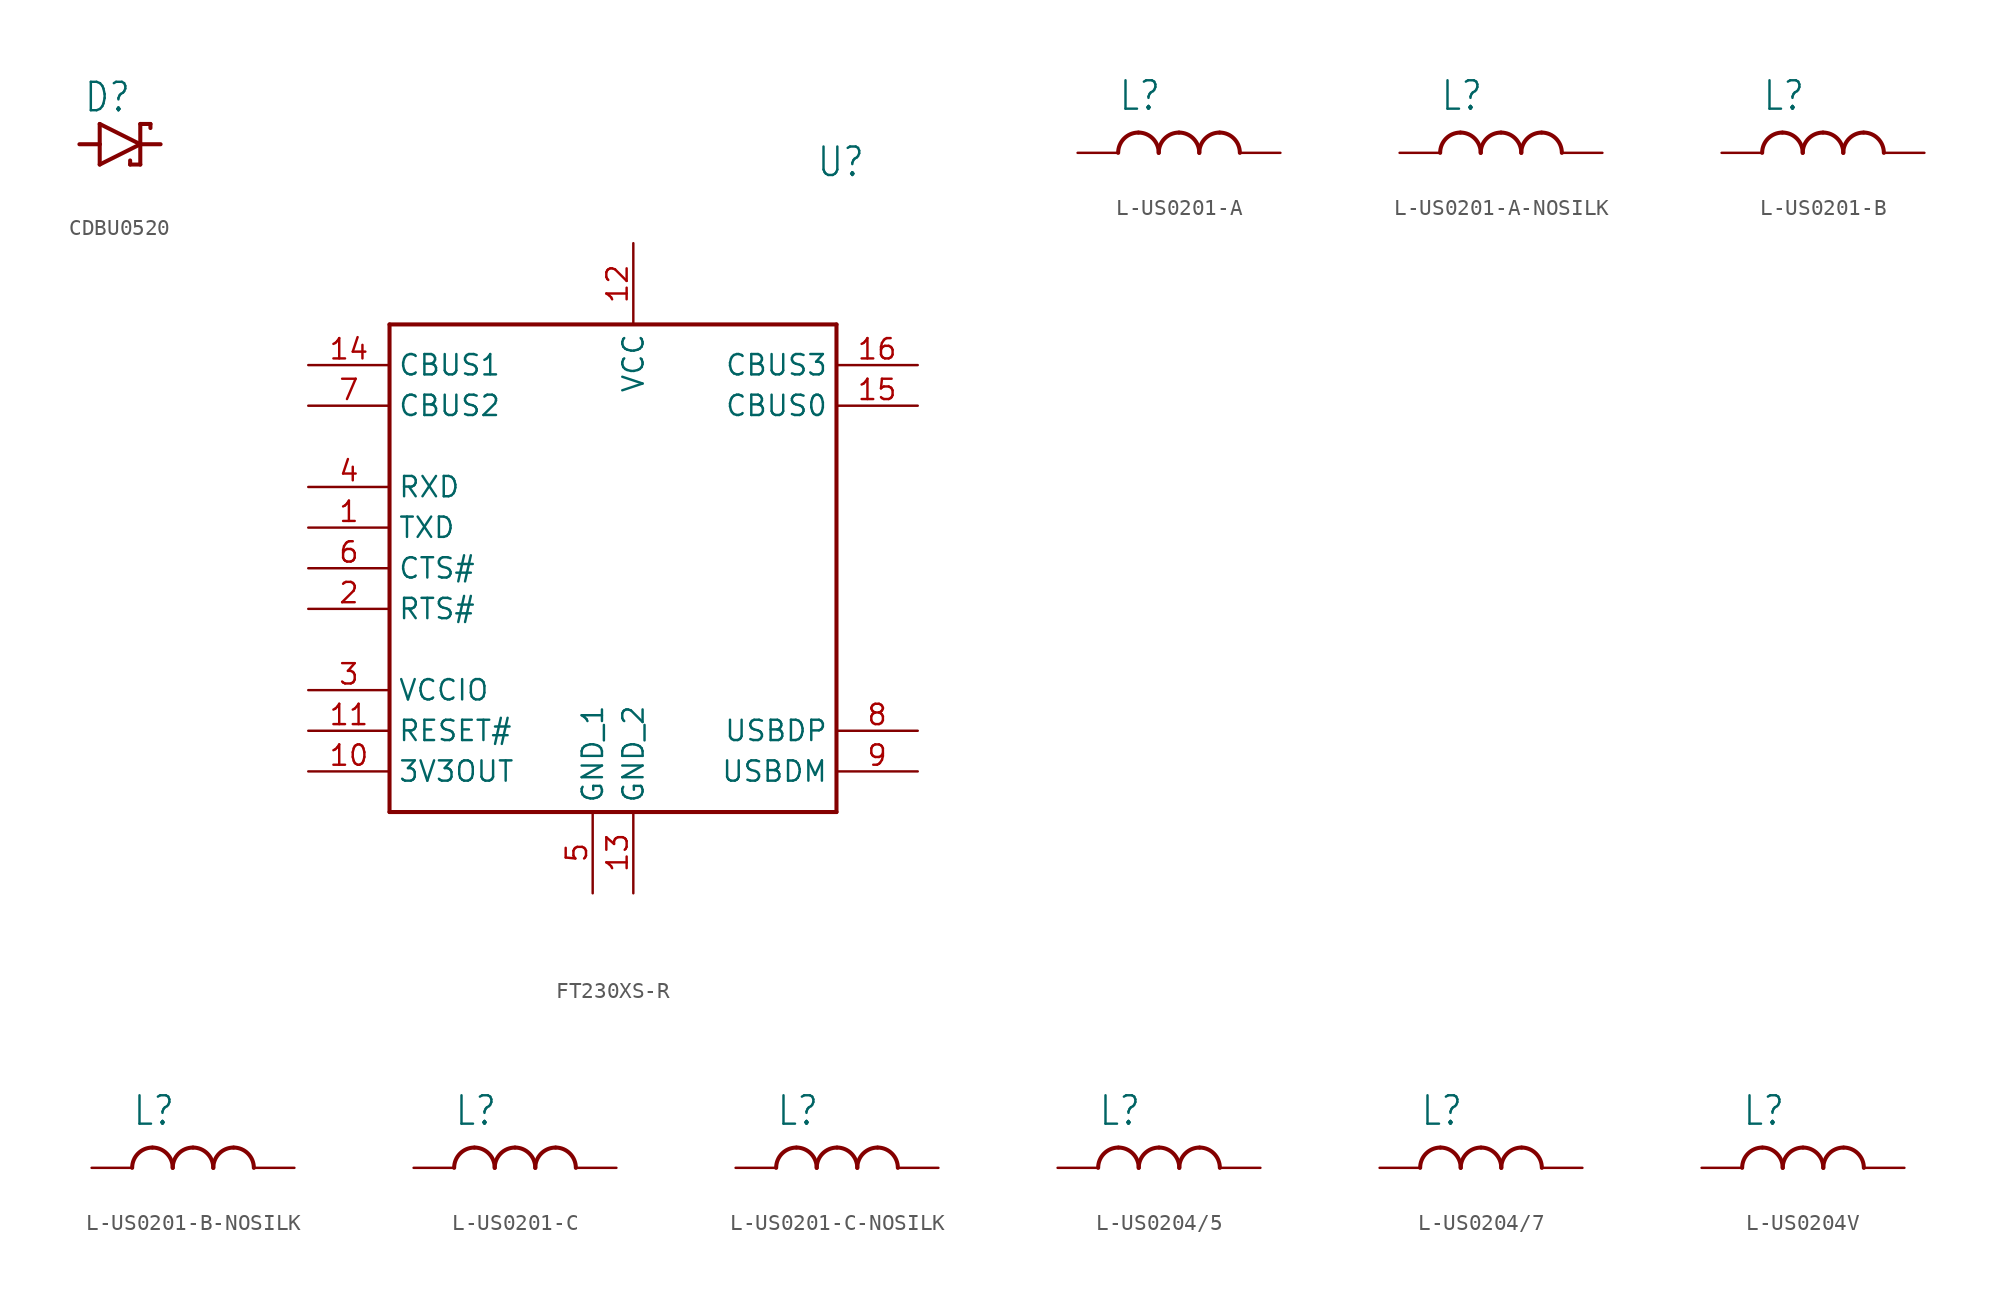
<source format=kicad_sym>
(kicad_symbol_lib
  (version 20231120)
  (generator "kicad_symbol_editor")
  (generator_version "8.0")
  (symbol "CDBU0520"
    (property "Reference" "D"
      (at -2.286 1.905 0)
      (effects (font (size 1.778 1.511)) (justify left bottom)))
    (property "Value" ""
      (at -2.286 -3.429 0)
      (effects (font (size 1.778 1.511)) (justify left bottom)))
    (property "ki_locked" ""
      (at 0 0 0)
      (effects (font (size 1.27 1.27))))
    (symbol "CDBU0520_1_0"
      (polyline (pts (xy -1.27 -1.27) (xy 1.27 0)) (stroke (width 0.254) (type solid)) (fill (type none)))
      (polyline (pts (xy -1.27 0) (xy -2.54 0)) (stroke (width 0.254) (type solid)) (fill (type none)))
      (polyline (pts (xy -1.27 0) (xy -1.27 -1.27)) (stroke (width 0.254) (type solid)) (fill (type none)))
      (polyline (pts (xy -1.27 1.27) (xy -1.27 0)) (stroke (width 0.254) (type solid)) (fill (type none)))
      (polyline (pts (xy 0.635 -1.016) (xy 0.635 -1.27)) (stroke (width 0.254) (type solid)) (fill (type none)))
      (polyline (pts (xy 1.27 -1.27) (xy 0.635 -1.27)) (stroke (width 0.254) (type solid)) (fill (type none)))
      (polyline (pts (xy 1.27 0) (xy -1.27 1.27)) (stroke (width 0.254) (type solid)) (fill (type none)))
      (polyline (pts (xy 1.27 0) (xy 1.27 -1.27)) (stroke (width 0.254) (type solid)) (fill (type none)))
      (polyline (pts (xy 1.27 1.27) (xy 1.27 0)) (stroke (width 0.254) (type solid)) (fill (type none)))
      (polyline (pts (xy 1.905 1.27) (xy 1.27 1.27)) (stroke (width 0.254) (type solid)) (fill (type none)))
      (polyline (pts (xy 1.905 1.27) (xy 1.905 1.016)) (stroke (width 0.254) (type solid)) (fill (type none)))
      (polyline (pts (xy 2.54 0) (xy 1.27 0)) (stroke (width 0.254) (type solid)) (fill (type none)))
      (pin passive line (at 2.54 0 180) (length 0) (name "C" (effects (font (size 0 0)))) (number "1" (effects (font (size 0 0)))))
      (pin passive line (at -2.54 0 0) (length 0) (name "A" (effects (font (size 0 0)))) (number "2" (effects (font (size 0 0)))))))
  (symbol "FT230XS-R"
    (property "Reference" "U"
      (at 13.97 27.94 0)
      (effects (font (size 1.778 1.511)) (justify left)))
    (property "Value" ""
      (at 13.97 22.86 0)
      (effects (font (size 1.778 1.511)) (justify left)))
    (property "ki_locked" ""
      (at 0 0 0)
      (effects (font (size 1.27 1.27))))
    (symbol "FT230XS-R_1_0"
      (polyline (pts (xy -12.7 17.78) (xy -12.7 -12.7)) (stroke (width 0.254) (type solid)) (fill (type none)))
      (polyline (pts (xy -12.7 17.78) (xy 15.24 17.78)) (stroke (width 0.254) (type solid)) (fill (type none)))
      (polyline (pts (xy 15.24 -12.7) (xy -12.7 -12.7)) (stroke (width 0.254) (type solid)) (fill (type none)))
      (polyline (pts (xy 15.24 -12.7) (xy 15.24 17.78)) (stroke (width 0.254) (type solid)) (fill (type none)))
      (pin bidirectional line (at -17.78 5.08 0) (length 5.08) (name "TXD" (effects (font (size 1.27 1.27)))) (number "1" (effects (font (size 1.27 1.27)))))
      (pin output line (at -17.78 -10.16 0) (length 5.08) (name "3V3OUT" (effects (font (size 1.27 1.27)))) (number "10" (effects (font (size 1.27 1.27)))))
      (pin bidirectional line (at -17.78 -7.62 0) (length 5.08) (name "RESET#" (effects (font (size 1.27 1.27)))) (number "11" (effects (font (size 1.27 1.27)))))
      (pin power_in line (at 2.54 22.86 270) (length 5.08) (name "VCC" (effects (font (size 1.27 1.27)))) (number "12" (effects (font (size 1.27 1.27)))))
      (pin power_in line (at 2.54 -17.78 90) (length 5.08) (name "GND_2" (effects (font (size 1.27 1.27)))) (number "13" (effects (font (size 1.27 1.27)))))
      (pin bidirectional line (at -17.78 15.24 0) (length 5.08) (name "CBUS1" (effects (font (size 1.27 1.27)))) (number "14" (effects (font (size 1.27 1.27)))))
      (pin bidirectional line (at 20.32 12.7 180) (length 5.08) (name "CBUS0" (effects (font (size 1.27 1.27)))) (number "15" (effects (font (size 1.27 1.27)))))
      (pin bidirectional line (at 20.32 15.24 180) (length 5.08) (name "CBUS3" (effects (font (size 1.27 1.27)))) (number "16" (effects (font (size 1.27 1.27)))))
      (pin bidirectional line (at -17.78 0 0) (length 5.08) (name "RTS#" (effects (font (size 1.27 1.27)))) (number "2" (effects (font (size 1.27 1.27)))))
      (pin power_in line (at -17.78 -5.08 0) (length 5.08) (name "VCCIO" (effects (font (size 1.27 1.27)))) (number "3" (effects (font (size 1.27 1.27)))))
      (pin bidirectional line (at -17.78 7.62 0) (length 5.08) (name "RXD" (effects (font (size 1.27 1.27)))) (number "4" (effects (font (size 1.27 1.27)))))
      (pin power_in line (at 0 -17.78 90) (length 5.08) (name "GND_1" (effects (font (size 1.27 1.27)))) (number "5" (effects (font (size 1.27 1.27)))))
      (pin bidirectional line (at -17.78 2.54 0) (length 5.08) (name "CTS#" (effects (font (size 1.27 1.27)))) (number "6" (effects (font (size 1.27 1.27)))))
      (pin bidirectional line (at -17.78 12.7 0) (length 5.08) (name "CBUS2" (effects (font (size 1.27 1.27)))) (number "7" (effects (font (size 1.27 1.27)))))
      (pin bidirectional line (at 20.32 -7.62 180) (length 5.08) (name "USBDP" (effects (font (size 1.27 1.27)))) (number "8" (effects (font (size 1.27 1.27)))))
      (pin bidirectional line (at 20.32 -10.16 180) (length 5.08) (name "USBDM" (effects (font (size 1.27 1.27)))) (number "9" (effects (font (size 1.27 1.27)))))))
  (symbol "L-US0201-A"
    (property "Reference" "L"
      (at -5.08 2.54 0)
      (effects (font (size 1.778 1.511)) (justify left bottom)))
    (property "Value" ""
      (at -5.08 -1.27 0)
      (effects (font (size 1.778 1.511)) (justify left top)))
    (property "ki_locked" ""
      (at 0 0 0)
      (effects (font (size 1.27 1.27))))
    (symbol "L-US0201-A_1_0"
      (arc (start -3.81 1.27) (mid -4.708 0.898) (end -5.08 0) (stroke (width 0.254) (type solid)) (fill (type none)))
      (arc (start -2.54 0) (mid -2.912 0.898) (end -3.81 1.27) (stroke (width 0.254) (type solid)) (fill (type none)))
      (arc (start -1.27 1.27) (mid -2.168 0.898) (end -2.54 0) (stroke (width 0.254) (type solid)) (fill (type none)))
      (arc (start 0 0) (mid -0.372 0.898) (end -1.27 1.27) (stroke (width 0.254) (type solid)) (fill (type none)))
      (arc (start 1.27 1.27) (mid 0.372 0.898) (end 0 0) (stroke (width 0.254) (type solid)) (fill (type none)))
      (arc (start 2.54 0) (mid 2.168 0.898) (end 1.27 1.27) (stroke (width 0.254) (type solid)) (fill (type none)))
      (pin passive line (at -7.62 0 0) (length 2.54) (name "1" (effects (font (size 0 0)))) (number "1" (effects (font (size 0 0)))))
      (pin passive line (at 5.08 0 180) (length 2.54) (name "2" (effects (font (size 0 0)))) (number "2" (effects (font (size 0 0)))))))
  (symbol "L-US0201-A-NOSILK"
    (property "Reference" "L"
      (at -5.08 2.54 0)
      (effects (font (size 1.778 1.511)) (justify left bottom)))
    (property "Value" ""
      (at -5.08 -1.27 0)
      (effects (font (size 1.778 1.511)) (justify left top)))
    (property "ki_locked" ""
      (at 0 0 0)
      (effects (font (size 1.27 1.27))))
    (symbol "L-US0201-A-NOSILK_1_0"
      (arc (start -3.81 1.27) (mid -4.708 0.898) (end -5.08 0) (stroke (width 0.254) (type solid)) (fill (type none)))
      (arc (start -2.54 0) (mid -2.912 0.898) (end -3.81 1.27) (stroke (width 0.254) (type solid)) (fill (type none)))
      (arc (start -1.27 1.27) (mid -2.168 0.898) (end -2.54 0) (stroke (width 0.254) (type solid)) (fill (type none)))
      (arc (start 0 0) (mid -0.372 0.898) (end -1.27 1.27) (stroke (width 0.254) (type solid)) (fill (type none)))
      (arc (start 1.27 1.27) (mid 0.372 0.898) (end 0 0) (stroke (width 0.254) (type solid)) (fill (type none)))
      (arc (start 2.54 0) (mid 2.168 0.898) (end 1.27 1.27) (stroke (width 0.254) (type solid)) (fill (type none)))
      (pin passive line (at -7.62 0 0) (length 2.54) (name "1" (effects (font (size 0 0)))) (number "1" (effects (font (size 0 0)))))
      (pin passive line (at 5.08 0 180) (length 2.54) (name "2" (effects (font (size 0 0)))) (number "2" (effects (font (size 0 0)))))))
  (symbol "L-US0201-B"
    (property "Reference" "L"
      (at -5.08 2.54 0)
      (effects (font (size 1.778 1.511)) (justify left bottom)))
    (property "Value" ""
      (at -5.08 -1.27 0)
      (effects (font (size 1.778 1.511)) (justify left top)))
    (property "ki_locked" ""
      (at 0 0 0)
      (effects (font (size 1.27 1.27))))
    (symbol "L-US0201-B_1_0"
      (arc (start -3.81 1.27) (mid -4.708 0.898) (end -5.08 0) (stroke (width 0.254) (type solid)) (fill (type none)))
      (arc (start -2.54 0) (mid -2.912 0.898) (end -3.81 1.27) (stroke (width 0.254) (type solid)) (fill (type none)))
      (arc (start -1.27 1.27) (mid -2.168 0.898) (end -2.54 0) (stroke (width 0.254) (type solid)) (fill (type none)))
      (arc (start 0 0) (mid -0.372 0.898) (end -1.27 1.27) (stroke (width 0.254) (type solid)) (fill (type none)))
      (arc (start 1.27 1.27) (mid 0.372 0.898) (end 0 0) (stroke (width 0.254) (type solid)) (fill (type none)))
      (arc (start 2.54 0) (mid 2.168 0.898) (end 1.27 1.27) (stroke (width 0.254) (type solid)) (fill (type none)))
      (pin passive line (at -7.62 0 0) (length 2.54) (name "1" (effects (font (size 0 0)))) (number "1" (effects (font (size 0 0)))))
      (pin passive line (at 5.08 0 180) (length 2.54) (name "2" (effects (font (size 0 0)))) (number "2" (effects (font (size 0 0)))))))
  (symbol "L-US0201-B-NOSILK"
    (property "Reference" "L"
      (at -5.08 2.54 0)
      (effects (font (size 1.778 1.511)) (justify left bottom)))
    (property "Value" ""
      (at -5.08 -1.27 0)
      (effects (font (size 1.778 1.511)) (justify left top)))
    (property "ki_locked" ""
      (at 0 0 0)
      (effects (font (size 1.27 1.27))))
    (symbol "L-US0201-B-NOSILK_1_0"
      (arc (start -3.81 1.27) (mid -4.708 0.898) (end -5.08 0) (stroke (width 0.254) (type solid)) (fill (type none)))
      (arc (start -2.54 0) (mid -2.912 0.898) (end -3.81 1.27) (stroke (width 0.254) (type solid)) (fill (type none)))
      (arc (start -1.27 1.27) (mid -2.168 0.898) (end -2.54 0) (stroke (width 0.254) (type solid)) (fill (type none)))
      (arc (start 0 0) (mid -0.372 0.898) (end -1.27 1.27) (stroke (width 0.254) (type solid)) (fill (type none)))
      (arc (start 1.27 1.27) (mid 0.372 0.898) (end 0 0) (stroke (width 0.254) (type solid)) (fill (type none)))
      (arc (start 2.54 0) (mid 2.168 0.898) (end 1.27 1.27) (stroke (width 0.254) (type solid)) (fill (type none)))
      (pin passive line (at -7.62 0 0) (length 2.54) (name "1" (effects (font (size 0 0)))) (number "1" (effects (font (size 0 0)))))
      (pin passive line (at 5.08 0 180) (length 2.54) (name "2" (effects (font (size 0 0)))) (number "2" (effects (font (size 0 0)))))))
  (symbol "L-US0201-C"
    (property "Reference" "L"
      (at -5.08 2.54 0)
      (effects (font (size 1.778 1.511)) (justify left bottom)))
    (property "Value" ""
      (at -5.08 -1.27 0)
      (effects (font (size 1.778 1.511)) (justify left top)))
    (property "ki_locked" ""
      (at 0 0 0)
      (effects (font (size 1.27 1.27))))
    (symbol "L-US0201-C_1_0"
      (arc (start -3.81 1.27) (mid -4.708 0.898) (end -5.08 0) (stroke (width 0.254) (type solid)) (fill (type none)))
      (arc (start -2.54 0) (mid -2.912 0.898) (end -3.81 1.27) (stroke (width 0.254) (type solid)) (fill (type none)))
      (arc (start -1.27 1.27) (mid -2.168 0.898) (end -2.54 0) (stroke (width 0.254) (type solid)) (fill (type none)))
      (arc (start 0 0) (mid -0.372 0.898) (end -1.27 1.27) (stroke (width 0.254) (type solid)) (fill (type none)))
      (arc (start 1.27 1.27) (mid 0.372 0.898) (end 0 0) (stroke (width 0.254) (type solid)) (fill (type none)))
      (arc (start 2.54 0) (mid 2.168 0.898) (end 1.27 1.27) (stroke (width 0.254) (type solid)) (fill (type none)))
      (pin passive line (at -7.62 0 0) (length 2.54) (name "1" (effects (font (size 0 0)))) (number "1" (effects (font (size 0 0)))))
      (pin passive line (at 5.08 0 180) (length 2.54) (name "2" (effects (font (size 0 0)))) (number "2" (effects (font (size 0 0)))))))
  (symbol "L-US0201-C-NOSILK"
    (property "Reference" "L"
      (at -5.08 2.54 0)
      (effects (font (size 1.778 1.511)) (justify left bottom)))
    (property "Value" ""
      (at -5.08 -1.27 0)
      (effects (font (size 1.778 1.511)) (justify left top)))
    (property "ki_locked" ""
      (at 0 0 0)
      (effects (font (size 1.27 1.27))))
    (symbol "L-US0201-C-NOSILK_1_0"
      (arc (start -3.81 1.27) (mid -4.708 0.898) (end -5.08 0) (stroke (width 0.254) (type solid)) (fill (type none)))
      (arc (start -2.54 0) (mid -2.912 0.898) (end -3.81 1.27) (stroke (width 0.254) (type solid)) (fill (type none)))
      (arc (start -1.27 1.27) (mid -2.168 0.898) (end -2.54 0) (stroke (width 0.254) (type solid)) (fill (type none)))
      (arc (start 0 0) (mid -0.372 0.898) (end -1.27 1.27) (stroke (width 0.254) (type solid)) (fill (type none)))
      (arc (start 1.27 1.27) (mid 0.372 0.898) (end 0 0) (stroke (width 0.254) (type solid)) (fill (type none)))
      (arc (start 2.54 0) (mid 2.168 0.898) (end 1.27 1.27) (stroke (width 0.254) (type solid)) (fill (type none)))
      (pin passive line (at -7.62 0 0) (length 2.54) (name "1" (effects (font (size 0 0)))) (number "1" (effects (font (size 0 0)))))
      (pin passive line (at 5.08 0 180) (length 2.54) (name "2" (effects (font (size 0 0)))) (number "2" (effects (font (size 0 0)))))))
  (symbol "L-US0204/5"
    (property "Reference" "L"
      (at -5.08 2.54 0)
      (effects (font (size 1.778 1.511)) (justify left bottom)))
    (property "Value" ""
      (at -5.08 -1.27 0)
      (effects (font (size 1.778 1.511)) (justify left top)))
    (property "ki_locked" ""
      (at 0 0 0)
      (effects (font (size 1.27 1.27))))
    (symbol "L-US0204/5_1_0"
      (arc (start -3.81 1.27) (mid -4.708 0.898) (end -5.08 0) (stroke (width 0.254) (type solid)) (fill (type none)))
      (arc (start -2.54 0) (mid -2.912 0.898) (end -3.81 1.27) (stroke (width 0.254) (type solid)) (fill (type none)))
      (arc (start -1.27 1.27) (mid -2.168 0.898) (end -2.54 0) (stroke (width 0.254) (type solid)) (fill (type none)))
      (arc (start 0 0) (mid -0.372 0.898) (end -1.27 1.27) (stroke (width 0.254) (type solid)) (fill (type none)))
      (arc (start 1.27 1.27) (mid 0.372 0.898) (end 0 0) (stroke (width 0.254) (type solid)) (fill (type none)))
      (arc (start 2.54 0) (mid 2.168 0.898) (end 1.27 1.27) (stroke (width 0.254) (type solid)) (fill (type none)))
      (pin passive line (at -7.62 0 0) (length 2.54) (name "1" (effects (font (size 0 0)))) (number "1" (effects (font (size 0 0)))))
      (pin passive line (at 5.08 0 180) (length 2.54) (name "2" (effects (font (size 0 0)))) (number "2" (effects (font (size 0 0)))))))
  (symbol "L-US0204/7"
    (property "Reference" "L"
      (at -5.08 2.54 0)
      (effects (font (size 1.778 1.511)) (justify left bottom)))
    (property "Value" ""
      (at -5.08 -1.27 0)
      (effects (font (size 1.778 1.511)) (justify left top)))
    (property "ki_locked" ""
      (at 0 0 0)
      (effects (font (size 1.27 1.27))))
    (symbol "L-US0204/7_1_0"
      (arc (start -3.81 1.27) (mid -4.708 0.898) (end -5.08 0) (stroke (width 0.254) (type solid)) (fill (type none)))
      (arc (start -2.54 0) (mid -2.912 0.898) (end -3.81 1.27) (stroke (width 0.254) (type solid)) (fill (type none)))
      (arc (start -1.27 1.27) (mid -2.168 0.898) (end -2.54 0) (stroke (width 0.254) (type solid)) (fill (type none)))
      (arc (start 0 0) (mid -0.372 0.898) (end -1.27 1.27) (stroke (width 0.254) (type solid)) (fill (type none)))
      (arc (start 1.27 1.27) (mid 0.372 0.898) (end 0 0) (stroke (width 0.254) (type solid)) (fill (type none)))
      (arc (start 2.54 0) (mid 2.168 0.898) (end 1.27 1.27) (stroke (width 0.254) (type solid)) (fill (type none)))
      (pin passive line (at -7.62 0 0) (length 2.54) (name "1" (effects (font (size 0 0)))) (number "1" (effects (font (size 0 0)))))
      (pin passive line (at 5.08 0 180) (length 2.54) (name "2" (effects (font (size 0 0)))) (number "2" (effects (font (size 0 0)))))))
  (symbol "L-US0204V"
    (property "Reference" "L"
      (at -5.08 2.54 0)
      (effects (font (size 1.778 1.511)) (justify left bottom)))
    (property "Value" ""
      (at -5.08 -1.27 0)
      (effects (font (size 1.778 1.511)) (justify left top)))
    (property "ki_locked" ""
      (at 0 0 0)
      (effects (font (size 1.27 1.27))))
    (symbol "L-US0204V_1_0"
      (arc (start -3.81 1.27) (mid -4.708 0.898) (end -5.08 0) (stroke (width 0.254) (type solid)) (fill (type none)))
      (arc (start -2.54 0) (mid -2.912 0.898) (end -3.81 1.27) (stroke (width 0.254) (type solid)) (fill (type none)))
      (arc (start -1.27 1.27) (mid -2.168 0.898) (end -2.54 0) (stroke (width 0.254) (type solid)) (fill (type none)))
      (arc (start 0 0) (mid -0.372 0.898) (end -1.27 1.27) (stroke (width 0.254) (type solid)) (fill (type none)))
      (arc (start 1.27 1.27) (mid 0.372 0.898) (end 0 0) (stroke (width 0.254) (type solid)) (fill (type none)))
      (arc (start 2.54 0) (mid 2.168 0.898) (end 1.27 1.27) (stroke (width 0.254) (type solid)) (fill (type none)))
      (pin passive line (at -7.62 0 0) (length 2.54) (name "1" (effects (font (size 0 0)))) (number "1" (effects (font (size 0 0)))))
      (pin passive line (at 5.08 0 180) (length 2.54) (name "2" (effects (font (size 0 0)))) (number "2" (effects (font (size 0 0))))))))
</source>
